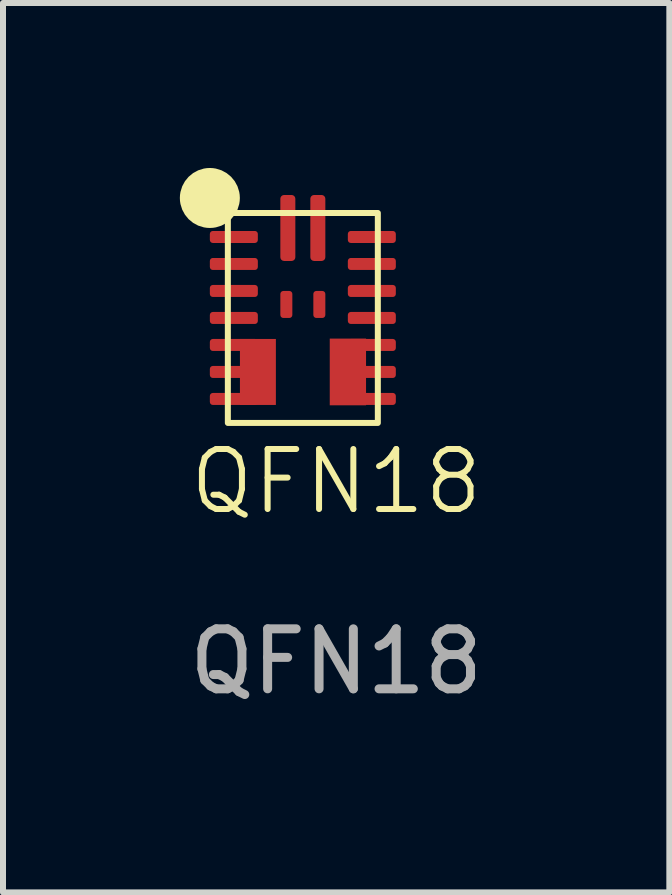
<source format=kicad_pcb>
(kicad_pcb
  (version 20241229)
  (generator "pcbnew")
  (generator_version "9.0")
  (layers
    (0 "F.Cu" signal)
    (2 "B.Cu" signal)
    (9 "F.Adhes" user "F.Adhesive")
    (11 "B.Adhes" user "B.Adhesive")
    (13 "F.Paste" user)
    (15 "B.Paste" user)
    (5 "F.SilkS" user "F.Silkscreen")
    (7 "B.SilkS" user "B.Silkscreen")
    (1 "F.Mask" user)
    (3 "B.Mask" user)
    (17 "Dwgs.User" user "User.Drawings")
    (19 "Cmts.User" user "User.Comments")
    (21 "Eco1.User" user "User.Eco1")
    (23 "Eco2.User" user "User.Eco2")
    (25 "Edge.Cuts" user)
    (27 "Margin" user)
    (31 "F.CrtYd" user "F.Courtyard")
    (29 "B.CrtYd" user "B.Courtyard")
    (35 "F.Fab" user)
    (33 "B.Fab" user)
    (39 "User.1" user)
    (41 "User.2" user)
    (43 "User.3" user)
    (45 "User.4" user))
  (footprint "QFN18"
    (layer "F.Cu")
    (at 1.998 2.25)
    (property "Reference" "QFN18" (at 0.556 2.727 0) (unlocked yes) (layer "F.SilkS") (effects (font (size 1 1) (thickness 0.1))))
    (attr smd)
    (fp_rect (start -1.25 -1.75) (end 1.25 1.75) (stroke (width 0.1) (type default)) (fill no) (layer "F.SilkS"))
    (fp_circle (center -1.55 -2) (end -1.55 -2) (stroke (width 0.5) (type default)) (fill no) (layer "F.SilkS"))
    (fp_text user "${REFERENCE}" (at 0.556 5.727 0) (unlocked yes) (layer "F.Fab") (effects (font (size 1 1) (thickness 0.15))))
    (pad "1" smd roundrect (at -1.15 -1.35 180) (size 0.8 0.2) (layers "F.Cu" "F.Mask" "F.Paste") (roundrect_rratio 0.25))
    (pad "2" smd roundrect (at -1.15 -0.9) (size 0.8 0.2) (layers "F.Cu" "F.Mask" "F.Paste") (roundrect_rratio 0.25))
    (pad "3" smd roundrect (at -1.15 -0.45) (size 0.8 0.2) (layers "F.Cu" "F.Mask" "F.Paste") (roundrect_rratio 0.25))
    (pad "4" smd roundrect (at -1.15 0) (size 0.8 0.2) (layers "F.Cu" "F.Mask" "F.Paste") (roundrect_rratio 0.25))
    (pad "5" smd roundrect (at -1.15 0.45) (size 0.8 0.2) (layers "F.Cu" "F.Mask" "F.Paste") (roundrect_rratio 0.25))
    (pad "6" smd roundrect (at -1.15 0.9) (size 0.8 0.2) (layers "F.Cu" "F.Mask" "F.Paste") (roundrect_rratio 0.25))
    (pad "7" smd roundrect (at -1.15 1.35) (size 0.8 0.2) (layers "F.Cu" "F.Mask" "F.Paste") (roundrect_rratio 0.25))
    (pad "8" smd roundrect (at 1.15 1.35) (size 0.8 0.2) (layers "F.Cu" "F.Mask" "F.Paste") (roundrect_rratio 0.25))
    (pad "9" smd roundrect (at 1.15 0.9) (size 0.8 0.2) (layers "F.Cu" "F.Mask" "F.Paste") (roundrect_rratio 0.25))
    (pad "10" smd roundrect (at 1.15 0.45) (size 0.8 0.2) (layers "F.Cu" "F.Mask" "F.Paste") (roundrect_rratio 0.25))
    (pad "11" smd roundrect (at 1.15 0) (size 0.8 0.2) (layers "F.Cu" "F.Mask" "F.Paste") (roundrect_rratio 0.25))
    (pad "12" smd roundrect (at 1.15 -0.45) (size 0.8 0.2) (layers "F.Cu" "F.Mask" "F.Paste") (roundrect_rratio 0.25))
    (pad "13" smd roundrect (at 1.15 -0.9) (size 0.8 0.2) (layers "F.Cu" "F.Mask" "F.Paste") (roundrect_rratio 0.25))
    (pad "14" smd roundrect (at 1.15 -1.35) (size 0.8 0.2) (layers "F.Cu" "F.Mask" "F.Paste") (roundrect_rratio 0.25))
    (pad "15" smd roundrect (at 0.25 -1.5) (size 0.25 1.1) (layers "F.Cu" "F.Mask" "F.Paste") (roundrect_rratio 0.25))
    (pad "16" smd roundrect (at -0.25 -1.5) (size 0.25 1.1) (layers "F.Cu" "F.Mask" "F.Paste") (roundrect_rratio 0.25))
    (pad "17" smd roundrect (at 0.275 -0.225) (size 0.2 0.45) (layers "F.Cu" "F.Mask" "F.Paste") (roundrect_rratio 0.25))
    (pad "18" smd roundrect (at -0.275 -0.225) (size 0.2 0.45) (layers "F.Cu" "F.Mask" "F.Paste") (roundrect_rratio 0.25))
    (pad "19" smd rect (at -0.749 0.9 90) (size 1.1 0.599) (layers "F.Cu" "F.Mask" "F.Paste"))
    (pad "20" smd rect (at 0.751 0.9 90) (size 1.112 0.605) (layers "F.Cu" "F.Mask" "F.Paste"))
    (zone (net_name "") (layer "F.Cu") (name "KeepOut") (hatch none 0.5) (connect_pads) (min_thickness 0.25) (filled_areas_thickness no) (keepout (tracks not_allowed) (vias not_allowed) (pads not_allowed) (copperpour not_allowed) (footprints not_allowed)) (placement (enabled no)) (fill) (polygon (pts (xy 2.548 1.625) (xy 2.548 2.425) (xy 1.448 2.425) (xy 1.448 1.625)))))
  (gr_rect
    (start -3 -3)
    (end 8.107 11.825)
    (stroke (width 0.1) (type default))
    (fill no)
    (layer "Edge.Cuts")))
</source>
